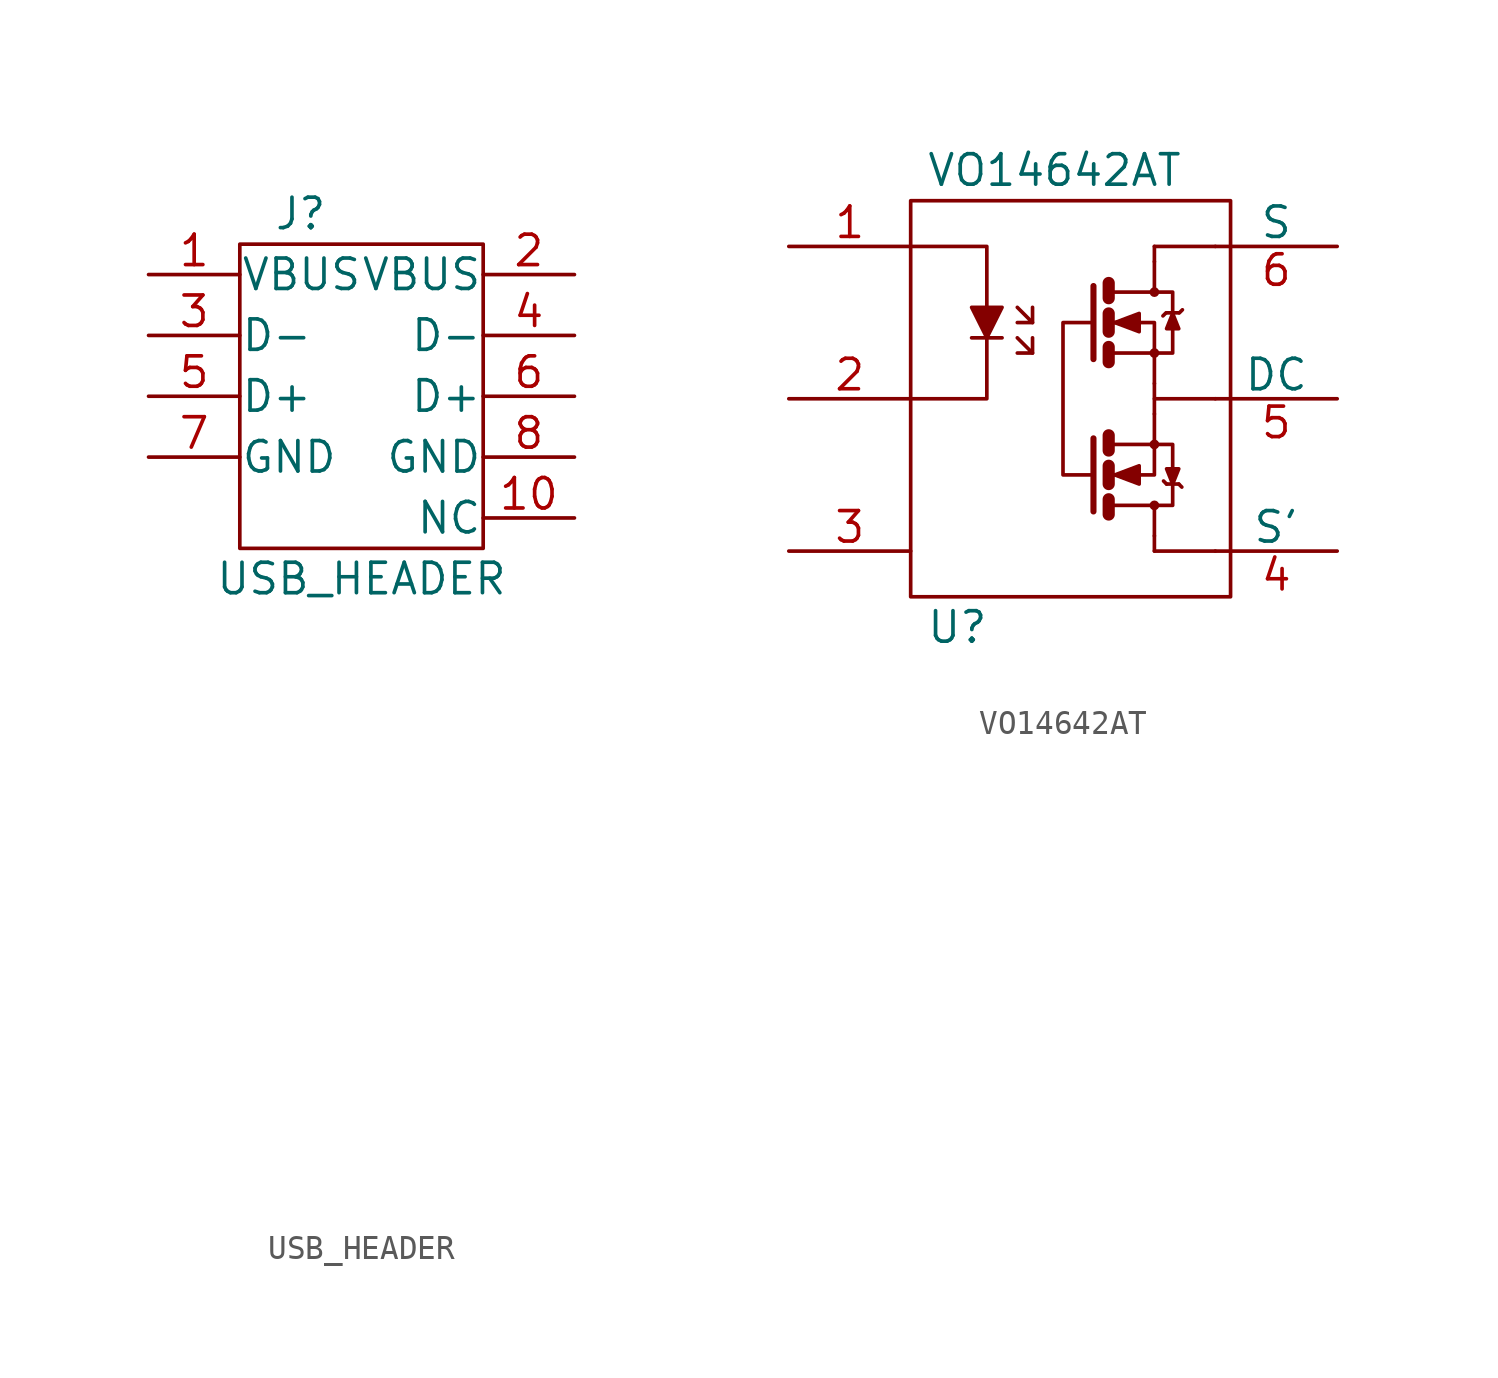
<source format=kicad_sym>
(kicad_symbol_lib
  (version 20211014)
  (generator kicad_symbol_editor)
  (symbol "USB_HEADER"
    (pin_names
      (offset 0.025))
    (property "Reference" "J"
      (at 0 7.62 0)
      (effects (font (size 1.27 1.27))))
    (property "Value" "USB_HEADER"
      (at 2.54 -7.62 0)
      (effects (font (size 1.27 1.27))))
    (property "Footprint" ""
      (at 0 -30.48 0)
      (effects (font (size 1.27 1.27))))
    (property "Datasheet" ""
      (at 0 -30.48 0)
      (effects (font (size 1.27 1.27))))
    (symbol "USB_HEADER_0_1"
      (rectangle (start -2.54 6.35) (end 7.62 -6.35) (stroke (width 0) (type default) (color 0 0 0 0)) (fill (type none))))
    (symbol "USB_HEADER_1_1"
      (pin passive line (at -6.35 5.08 0) (length 3.81) (name "VBUS" (effects (font (size 1.27 1.27)))) (number "1" (effects (font (size 1.27 1.27)))))
      (pin passive line (at 11.43 -5.08 180) (length 3.81) (name "NC" (effects (font (size 1.27 1.27)))) (number "10" (effects (font (size 1.27 1.27)))))
      (pin passive line (at 11.43 5.08 180) (length 3.81) (name "VBUS" (effects (font (size 1.27 1.27)))) (number "2" (effects (font (size 1.27 1.27)))))
      (pin passive line (at -6.35 2.54 0) (length 3.81) (name "D-" (effects (font (size 1.27 1.27)))) (number "3" (effects (font (size 1.27 1.27)))))
      (pin passive line (at 11.43 2.54 180) (length 3.81) (name "D-" (effects (font (size 1.27 1.27)))) (number "4" (effects (font (size 1.27 1.27)))))
      (pin passive line (at -6.35 0 0) (length 3.81) (name "D+" (effects (font (size 1.27 1.27)))) (number "5" (effects (font (size 1.27 1.27)))))
      (pin passive line (at 11.43 0 180) (length 3.81) (name "D+" (effects (font (size 1.27 1.27)))) (number "6" (effects (font (size 1.27 1.27)))))
      (pin passive line (at -6.35 -2.54 0) (length 3.81) (name "GND" (effects (font (size 1.27 1.27)))) (number "7" (effects (font (size 1.27 1.27)))))
      (pin passive line (at 11.43 -2.54 180) (length 3.81) (name "GND" (effects (font (size 1.27 1.27)))) (number "8" (effects (font (size 1.27 1.27)))))))
  (symbol "VO14642AT"
    (pin_names
      (offset 0))
    (property "Reference" "U"
      (at -5.715 -10.795 0)
      (effects (font (size 1.27 1.27)) (justify left)))
    (property "Value" "VO14642AT"
      (at -5.715 8.255 0)
      (effects (font (size 1.27 1.27)) (justify left)))
    (symbol "VO14642AT_0_1"
      (rectangle (start -6.35 6.985) (end 6.985 -9.525) (stroke (width 0) (type default) (color 0 0 0 0)) (fill (type none)))
      (polyline (pts (xy -3.81 1.27) (xy -2.54 1.27)) (stroke (width 0) (type default) (color 0 0 0 0)) (fill (type none)))
      (polyline (pts (xy -1.27 0.635) (xy -1.27 1.27)) (stroke (width 0) (type default) (color 0 0 0 0)) (fill (type none)))
      (polyline (pts (xy -1.27 1.905) (xy -1.27 2.54)) (stroke (width 0) (type default) (color 0 0 0 0)) (fill (type none)))
      (polyline (pts (xy 1.905 -6.096) (xy 1.905 -5.461)) (stroke (width 0.508) (type default) (color 0 0 0 0)) (fill (type none)))
      (polyline (pts (xy 1.905 -4.826) (xy 1.905 -4.064)) (stroke (width 0.508) (type default) (color 0 0 0 0)) (fill (type none)))
      (polyline (pts (xy 1.905 -3.429) (xy 1.905 -2.794)) (stroke (width 0.508) (type default) (color 0 0 0 0)) (fill (type none)))
      (polyline (pts (xy 1.905 0.889) (xy 1.905 0.254)) (stroke (width 0.508) (type default) (color 0 0 0 0)) (fill (type none)))
      (polyline (pts (xy 1.905 2.286) (xy 1.905 1.524)) (stroke (width 0.508) (type default) (color 0 0 0 0)) (fill (type none)))
      (polyline (pts (xy 1.905 3.556) (xy 1.905 2.921)) (stroke (width 0.508) (type default) (color 0 0 0 0)) (fill (type none)))
      (polyline (pts (xy 3.81 -7.62) (xy 3.81 -6.985)) (stroke (width 0) (type default) (color 0 0 0 0)) (fill (type none)))
      (polyline (pts (xy 3.81 -0.635) (xy 3.81 -1.905)) (stroke (width 0) (type default) (color 0 0 0 0)) (fill (type none)))
      (polyline (pts (xy 3.81 5.08) (xy 3.81 4.445)) (stroke (width 0) (type default) (color 0 0 0 0)) (fill (type none)))
      (polyline (pts (xy 4.293 2.311) (xy 4.166 2.184)) (stroke (width 0) (type default) (color 0 0 0 0)) (fill (type none)))
      (polyline (pts (xy 4.318 -4.826) (xy 4.191 -4.699)) (stroke (width 0) (type default) (color 0 0 0 0)) (fill (type none)))
      (polyline (pts (xy 4.318 -4.826) (xy 4.826 -4.826)) (stroke (width 0) (type default) (color 0 0 0 0)) (fill (type none)))
      (polyline (pts (xy 4.318 2.311) (xy 4.826 2.311)) (stroke (width 0) (type default) (color 0 0 0 0)) (fill (type none)))
      (polyline (pts (xy 4.826 -4.826) (xy 4.953 -4.953)) (stroke (width 0) (type default) (color 0 0 0 0)) (fill (type none)))
      (polyline (pts (xy 4.851 2.311) (xy 4.978 2.438)) (stroke (width 0) (type default) (color 0 0 0 0)) (fill (type none)))
      (polyline (pts (xy 6.35 -7.62) (xy 3.81 -7.62)) (stroke (width 0) (type default) (color 0 0 0 0)) (fill (type none)))
      (polyline (pts (xy 6.35 -1.27) (xy 3.81 -1.27)) (stroke (width 0) (type default) (color 0 0 0 0)) (fill (type none)))
      (polyline (pts (xy 6.35 5.08) (xy 3.81 5.08)) (stroke (width 0) (type default) (color 0 0 0 0)) (fill (type none)))
      (polyline (pts (xy -1.905 1.27) (xy -1.27 0.635) (xy -1.905 0.635)) (stroke (width 0) (type default) (color 0 0 0 0)) (fill (type none)))
      (polyline (pts (xy -1.905 2.54) (xy -1.27 1.905) (xy -1.905 1.905)) (stroke (width 0) (type default) (color 0 0 0 0)) (fill (type none)))
      (polyline (pts (xy 1.27 -5.969) (xy 1.27 -2.921) (xy 1.27 -2.921)) (stroke (width 0.254) (type default) (color 0 0 0 0)) (fill (type none)))
      (polyline (pts (xy 1.27 3.429) (xy 1.27 0.381) (xy 1.27 0.381)) (stroke (width 0.254) (type default) (color 0 0 0 0)) (fill (type none)))
      (polyline (pts (xy -6.35 -1.27) (xy -3.175 -1.27) (xy -3.175 5.08) (xy -6.35 5.08)) (stroke (width 0) (type default) (color 0 0 0 0)) (fill (type none)))
      (polyline (pts (xy -3.81 2.54) (xy -2.54 2.54) (xy -3.175 1.27) (xy -3.81 2.54)) (stroke (width 0) (type default) (color 0 0 0 0)) (fill (type outline)))
      (polyline (pts (xy 1.27 1.905) (xy 0 1.905) (xy 0 -4.445) (xy 1.27 -4.445)) (stroke (width 0) (type default) (color 0 0 0 0)) (fill (type none)))
      (polyline (pts (xy 2.032 -5.715) (xy 3.81 -5.715) (xy 3.81 -6.985) (xy 3.81 -6.985)) (stroke (width 0) (type default) (color 0 0 0 0)) (fill (type none)))
      (polyline (pts (xy 2.032 -3.175) (xy 3.81 -3.175) (xy 3.81 -1.905) (xy 3.81 -1.905)) (stroke (width 0) (type default) (color 0 0 0 0)) (fill (type none)))
      (polyline (pts (xy 2.032 0.635) (xy 3.81 0.635) (xy 3.81 -0.635) (xy 3.81 -0.635)) (stroke (width 0) (type default) (color 0 0 0 0)) (fill (type none)))
      (polyline (pts (xy 2.032 3.175) (xy 3.81 3.175) (xy 3.81 4.445) (xy 3.81 4.445)) (stroke (width 0) (type default) (color 0 0 0 0)) (fill (type none)))
      (polyline (pts (xy 3.81 -5.715) (xy 4.572 -5.715) (xy 4.572 -3.175) (xy 3.81 -3.175)) (stroke (width 0) (type default) (color 0 0 0 0)) (fill (type none)))
      (polyline (pts (xy 3.81 3.175) (xy 4.572 3.175) (xy 4.572 0.635) (xy 3.81 0.635)) (stroke (width 0) (type default) (color 0 0 0 0)) (fill (type none)))
      (polyline (pts (xy 4.572 -4.826) (xy 4.318 -4.191) (xy 4.826 -4.191) (xy 4.572 -4.826)) (stroke (width 0) (type default) (color 0 0 0 0)) (fill (type outline)))
      (polyline (pts (xy 4.572 2.286) (xy 4.318 1.651) (xy 4.826 1.651) (xy 4.572 2.286)) (stroke (width 0) (type default) (color 0 0 0 0)) (fill (type outline)))
      (polyline (pts (xy 2.032 -4.445) (xy 2.54 -4.445) (xy 3.81 -4.445) (xy 3.81 -3.175) (xy 3.81 -3.175)) (stroke (width 0) (type default) (color 0 0 0 0)) (fill (type none)))
      (polyline (pts (xy 2.032 1.905) (xy 2.54 1.905) (xy 3.81 1.905) (xy 3.81 0.635) (xy 3.81 0.635)) (stroke (width 0) (type default) (color 0 0 0 0)) (fill (type none)))
      (polyline (pts (xy 2.159 -4.445) (xy 3.175 -4.826) (xy 3.175 -4.064) (xy 2.159 -4.445) (xy 2.286 -4.445) (xy 2.286 -4.445)) (stroke (width 0) (type default) (color 0 0 0 0)) (fill (type outline)))
      (polyline (pts (xy 2.159 1.905) (xy 3.175 2.286) (xy 3.175 1.524) (xy 2.159 1.905) (xy 2.286 1.905) (xy 2.286 1.905)) (stroke (width 0) (type default) (color 0 0 0 0)) (fill (type outline)))
      (circle (center 3.81 -5.715) (radius 0.127) (stroke (width 0) (type default) (color 0 0 0 0)) (fill (type none)))
      (circle (center 3.81 -3.175) (radius 0.127) (stroke (width 0) (type default) (color 0 0 0 0)) (fill (type none)))
      (circle (center 3.81 0.635) (radius 0.127) (stroke (width 0) (type default) (color 0 0 0 0)) (fill (type none)))
      (circle (center 3.81 3.175) (radius 0.127) (stroke (width 0) (type default) (color 0 0 0 0)) (fill (type none))))
    (symbol "VO14642AT_1_1"
      (pin passive line (at -11.43 5.08 0) (length 5.08) (name "~" (effects (font (size 1.27 1.27)))) (number "1" (effects (font (size 1.27 1.27)))))
      (pin input line (at -11.43 -1.27 0) (length 5.08) (name "~" (effects (font (size 1.27 1.27)))) (number "2" (effects (font (size 1.27 1.27)))))
      (pin input line (at -11.43 -7.62 0) (length 5.08) (name "~" (effects (font (size 1.27 1.27)))) (number "3" (effects (font (size 1.27 1.27)))))
      (pin passive line (at 11.43 -7.62 180) (length 5.08) (name "S'" (effects (font (size 1.27 1.27)))) (number "4" (effects (font (size 1.27 1.27)))))
      (pin passive line (at 11.43 -1.27 180) (length 5.08) (name "DC" (effects (font (size 1.27 1.27)))) (number "5" (effects (font (size 1.27 1.27)))))
      (pin passive line (at 11.43 5.08 180) (length 5.08) (name "S" (effects (font (size 1.27 1.27)))) (number "6" (effects (font (size 1.27 1.27))))))))
</source>
